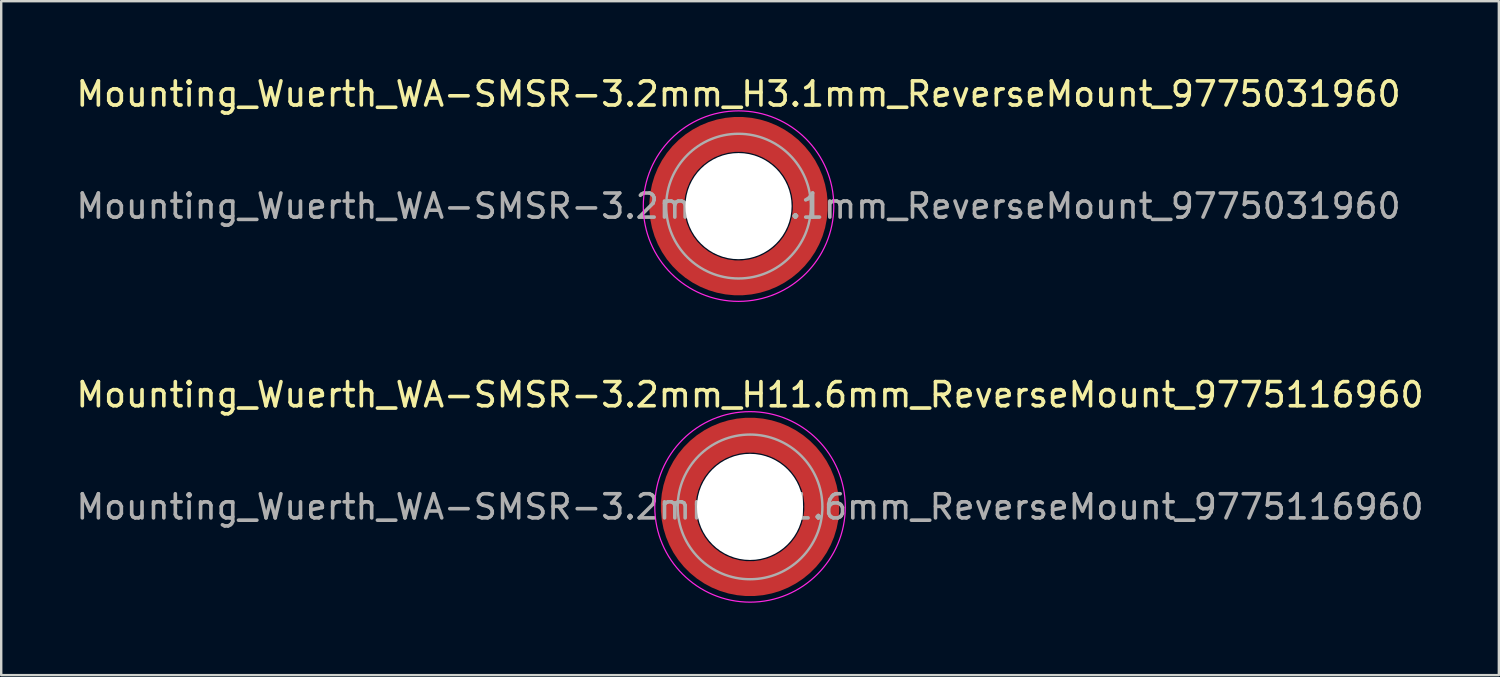
<source format=kicad_pcb>
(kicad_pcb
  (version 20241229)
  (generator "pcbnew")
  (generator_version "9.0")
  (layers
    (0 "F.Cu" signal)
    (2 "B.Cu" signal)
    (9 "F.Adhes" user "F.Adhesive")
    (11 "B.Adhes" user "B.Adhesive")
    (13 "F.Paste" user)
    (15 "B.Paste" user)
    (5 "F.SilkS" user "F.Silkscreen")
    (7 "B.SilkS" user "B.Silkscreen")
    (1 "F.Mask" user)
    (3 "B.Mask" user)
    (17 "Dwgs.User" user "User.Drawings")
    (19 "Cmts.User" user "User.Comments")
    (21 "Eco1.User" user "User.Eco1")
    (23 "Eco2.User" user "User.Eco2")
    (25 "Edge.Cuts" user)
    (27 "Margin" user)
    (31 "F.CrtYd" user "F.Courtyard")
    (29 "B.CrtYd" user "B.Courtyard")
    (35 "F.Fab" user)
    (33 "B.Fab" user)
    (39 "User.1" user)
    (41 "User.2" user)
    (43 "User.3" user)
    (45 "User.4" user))
  (footprint "Mounting_Wuerth_WA-SMSR-3.2mm_H3.1mm_ReverseMount_9775031960"
    (layer "F.Cu")
    (at 27.577 5.498)
    (property "Reference" "Mounting_Wuerth_WA-SMSR-3.2mm_H3.1mm_ReverseMount_9775031960" (at 0 -4.65 0) (layer "F.SilkS") (effects (font (size 1 1) (thickness 0.15))))
    (attr smd)
    (fp_circle (center 0 0) (end 3.95 0) (stroke (width 0.05) (type solid)) (fill no) (layer "F.CrtYd"))
    (fp_circle (center 0 0) (end 3 0) (stroke (width 0.1) (type solid)) (fill no) (layer "F.Fab"))
    (fp_text user "${REFERENCE}" (at 0 0 0) (layer "F.Fab") (effects (font (size 1 1) (thickness 0.15))))
    (pad "" smd custom (at -2.095 -2.095) (size 0.945 0.945) (layers "F.Paste") (options (anchor circle)) (primitives (gr_arc (start -0.24231 1.594804) (mid 0.404104 0.405534) (end 1.592827 -0.241886) (width 0.2)) (gr_arc (start -0.3398 1.594804) (mid 0.335987 0.338711) (end 1.591031 -0.339022) (width 0.2)) (gr_arc (start -0.437132 1.594804) (mid 0.268952 0.270807) (end 1.592231 -0.436623) (width 0.2)) (gr_arc (start -0.534324 1.594804) (mid 0.201345 0.203474) (end 1.591846 -0.53376) (width 0.2)) (gr_arc (start -0.631391 1.594804) (mid 0.134696 0.135183) (end 1.594126 -0.631267) (width 0.2)) (gr_arc (start -0.728345 1.594804) (mid 0.067234 0.067705) (end 1.594149 -0.728229) (width 0.2)) (gr_arc (start -0.825197 1.594804) (mid -0.001218 0.001219) (end 1.591408 -0.824614) (width 0.2)) (gr_arc (start -0.921958 1.594804) (mid -0.068952 -0.065985) (end 1.590665 -0.921269) (width 0.2)) (gr_arc (start -1.018637 1.594804) (mid -0.135972 -0.133907) (end 1.59192 -1.018172) (width 0.2)) (gr_arc (start -1.115239 1.594804) (mid -0.20428 -0.200537) (end 1.589574 -1.11442) (width 0.2)) (gr_arc (start -1.211773 1.594804) (mid -0.26993 -0.269828) (end 1.594662 -1.211751) (width 0.2)) (gr_arc (start -1.308244 1.594804) (mid -0.33911 -0.335587) (end 1.589875 -1.307516) (width 0.2)) (gr_arc (start -1.404657 1.594804) (mid -0.405633 -0.404004) (end 1.592524 -1.404331) (width 0.2)) (gr_arc (start -1.404657 1.594804) (mid -0.405633 -0.404004) (end 1.592524 -1.404331) (width 0.2)) (gr_line (start 1.595 -0.242) (end 1.595 -1.405) (width 0.2)) (gr_line (start -0.242 1.595) (end -1.405 1.595) (width 0.2))))
    (pad "" smd custom (at -2.095 2.095) (size 0.945 0.945) (layers "F.Paste") (options (anchor circle)) (primitives (gr_arc (start 1.594804 0.24231) (mid 0.405534 -0.404104) (end -0.241886 -1.592827) (width 0.2)) (gr_arc (start 1.594804 0.3398) (mid 0.338711 -0.335987) (end -0.339022 -1.591031) (width 0.2)) (gr_arc (start 1.594804 0.437132) (mid 0.270807 -0.268952) (end -0.436623 -1.592231) (width 0.2)) (gr_arc (start 1.594804 0.534324) (mid 0.203474 -0.201345) (end -0.53376 -1.591846) (width 0.2)) (gr_arc (start 1.594804 0.631391) (mid 0.135183 -0.134696) (end -0.631267 -1.594126) (width 0.2)) (gr_arc (start 1.594804 0.728345) (mid 0.067705 -0.067234) (end -0.728229 -1.594149) (width 0.2)) (gr_arc (start 1.594804 0.825197) (mid 0.001219 0.001218) (end -0.824614 -1.591408) (width 0.2)) (gr_arc (start 1.594804 0.921958) (mid -0.065985 0.068952) (end -0.921269 -1.590665) (width 0.2)) (gr_arc (start 1.594804 1.018637) (mid -0.133907 0.135972) (end -1.018172 -1.59192) (width 0.2)) (gr_arc (start 1.594804 1.115239) (mid -0.200537 0.20428) (end -1.11442 -1.589574) (width 0.2)) (gr_arc (start 1.594804 1.211773) (mid -0.269828 0.26993) (end -1.211751 -1.594662) (width 0.2)) (gr_arc (start 1.594804 1.308244) (mid -0.335587 0.33911) (end -1.307516 -1.589875) (width 0.2)) (gr_arc (start 1.594804 1.404657) (mid -0.404004 0.405633) (end -1.404331 -1.592524) (width 0.2)) (gr_arc (start 1.594804 1.404657) (mid -0.404004 0.405633) (end -1.404331 -1.592524) (width 0.2)) (gr_line (start -0.242 -1.595) (end -1.405 -1.595) (width 0.2)) (gr_line (start 1.595 0.242) (end 1.595 1.405) (width 0.2))))
    (pad "" np_thru_hole circle (at 0 0) (size 4.4 4.4) (drill 4.4) (layers "*.Cu" "*.Mask"))
    (pad "" smd custom (at 2.095 -2.095) (size 0.945 0.945) (layers "F.Paste") (options (anchor circle)) (primitives (gr_arc (start -1.594804 -0.24231) (mid -0.405534 0.404104) (end 0.241886 1.592827) (width 0.2)) (gr_arc (start -1.594804 -0.3398) (mid -0.338711 0.335987) (end 0.339022 1.591031) (width 0.2)) (gr_arc (start -1.594804 -0.437132) (mid -0.270807 0.268952) (end 0.436623 1.592231) (width 0.2)) (gr_arc (start -1.594804 -0.534324) (mid -0.203474 0.201345) (end 0.53376 1.591846) (width 0.2)) (gr_arc (start -1.594804 -0.631391) (mid -0.135183 0.134696) (end 0.631267 1.594126) (width 0.2)) (gr_arc (start -1.594804 -0.728345) (mid -0.067705 0.067234) (end 0.728229 1.594149) (width 0.2)) (gr_arc (start -1.594804 -0.825197) (mid -0.001219 -0.001218) (end 0.824614 1.591408) (width 0.2)) (gr_arc (start -1.594804 -0.921958) (mid 0.065985 -0.068952) (end 0.921269 1.590665) (width 0.2)) (gr_arc (start -1.594804 -1.018637) (mid 0.133907 -0.135972) (end 1.018172 1.59192) (width 0.2)) (gr_arc (start -1.594804 -1.115239) (mid 0.200537 -0.20428) (end 1.11442 1.589574) (width 0.2)) (gr_arc (start -1.594804 -1.211773) (mid 0.269828 -0.26993) (end 1.211751 1.594662) (width 0.2)) (gr_arc (start -1.594804 -1.308244) (mid 0.335587 -0.33911) (end 1.307516 1.589875) (width 0.2)) (gr_arc (start -1.594804 -1.404657) (mid 0.404004 -0.405633) (end 1.404331 1.592524) (width 0.2)) (gr_arc (start -1.594804 -1.404657) (mid 0.404004 -0.405633) (end 1.404331 1.592524) (width 0.2)) (gr_line (start 0.242 1.595) (end 1.405 1.595) (width 0.2)) (gr_line (start -1.595 -0.242) (end -1.595 -1.405) (width 0.2))))
    (pad "" smd custom (at 2.095 2.095) (size 0.945 0.945) (layers "F.Paste") (options (anchor circle)) (primitives (gr_arc (start 0.24231 -1.594804) (mid -0.404104 -0.405534) (end -1.592827 0.241886) (width 0.2)) (gr_arc (start 0.3398 -1.594804) (mid -0.335987 -0.338711) (end -1.591031 0.339022) (width 0.2)) (gr_arc (start 0.437132 -1.594804) (mid -0.268952 -0.270807) (end -1.592231 0.436623) (width 0.2)) (gr_arc (start 0.534324 -1.594804) (mid -0.201345 -0.203474) (end -1.591846 0.53376) (width 0.2)) (gr_arc (start 0.631391 -1.594804) (mid -0.134696 -0.135183) (end -1.594126 0.631267) (width 0.2)) (gr_arc (start 0.728345 -1.594804) (mid -0.067234 -0.067705) (end -1.594149 0.728229) (width 0.2)) (gr_arc (start 0.825197 -1.594804) (mid 0.001218 -0.001219) (end -1.591408 0.824614) (width 0.2)) (gr_arc (start 0.921958 -1.594804) (mid 0.068952 0.065985) (end -1.590665 0.921269) (width 0.2)) (gr_arc (start 1.018637 -1.594804) (mid 0.135972 0.133907) (end -1.59192 1.018172) (width 0.2)) (gr_arc (start 1.115239 -1.594804) (mid 0.20428 0.200537) (end -1.589574 1.11442) (width 0.2)) (gr_arc (start 1.211773 -1.594804) (mid 0.26993 0.269828) (end -1.594662 1.211751) (width 0.2)) (gr_arc (start 1.308244 -1.594804) (mid 0.33911 0.335587) (end -1.589875 1.307516) (width 0.2)) (gr_arc (start 1.404657 -1.594804) (mid 0.405633 0.404004) (end -1.592524 1.404331) (width 0.2)) (gr_arc (start 1.404657 -1.594804) (mid 0.405633 0.404004) (end -1.592524 1.404331) (width 0.2)) (gr_line (start -1.595 0.242) (end -1.595 1.405) (width 0.2)) (gr_line (start 0.242 -1.595) (end 1.405 -1.595) (width 0.2))))
    (pad "1" smd circle (at -2.975 0) (size 1.05 1.05) (layers "F.Cu"))
    (pad "1" smd circle (at 0 -2.975) (size 1.05 1.05) (layers "F.Cu"))
    (pad "1" smd circle (at 0 2.975) (size 1.05 1.05) (layers "F.Cu"))
    (pad "1" smd custom (at 2.975 0) (size 1.05 1.05) (layers "F.Cu" "F.Mask") (options (anchor circle)) (primitives (gr_circle (center -2.975 0) (end 0 0) (width 1.45) (fill no)))))
  (footprint "Mounting_Wuerth_WA-SMSR-3.2mm_H11.6mm_ReverseMount_9775116960"
    (layer "F.Cu")
    (at 28.054 17.971)
    (property "Reference" "Mounting_Wuerth_WA-SMSR-3.2mm_H11.6mm_ReverseMount_9775116960" (at 0 -4.65 0) (layer "F.SilkS") (effects (font (size 1 1) (thickness 0.15))))
    (attr smd)
    (fp_circle (center 0 0) (end 3.95 0) (stroke (width 0.05) (type solid)) (fill no) (layer "F.CrtYd"))
    (fp_circle (center 0 0) (end 3 0) (stroke (width 0.1) (type solid)) (fill no) (layer "F.Fab"))
    (fp_text user "${REFERENCE}" (at 0 0 0) (layer "F.Fab") (effects (font (size 1 1) (thickness 0.15))))
    (pad "" smd custom (at -2.095 -2.095) (size 0.945 0.945) (layers "F.Paste") (options (anchor circle)) (primitives (gr_arc (start -0.24231 1.594804) (mid 0.404104 0.405534) (end 1.592827 -0.241886) (width 0.2)) (gr_arc (start -0.3398 1.594804) (mid 0.335987 0.338711) (end 1.591031 -0.339022) (width 0.2)) (gr_arc (start -0.437132 1.594804) (mid 0.268952 0.270807) (end 1.592231 -0.436623) (width 0.2)) (gr_arc (start -0.534324 1.594804) (mid 0.201345 0.203474) (end 1.591846 -0.53376) (width 0.2)) (gr_arc (start -0.631391 1.594804) (mid 0.134696 0.135183) (end 1.594126 -0.631267) (width 0.2)) (gr_arc (start -0.728345 1.594804) (mid 0.067234 0.067705) (end 1.594149 -0.728229) (width 0.2)) (gr_arc (start -0.825197 1.594804) (mid -0.001218 0.001219) (end 1.591408 -0.824614) (width 0.2)) (gr_arc (start -0.921958 1.594804) (mid -0.068952 -0.065985) (end 1.590665 -0.921269) (width 0.2)) (gr_arc (start -1.018637 1.594804) (mid -0.135972 -0.133907) (end 1.59192 -1.018172) (width 0.2)) (gr_arc (start -1.115239 1.594804) (mid -0.20428 -0.200537) (end 1.589574 -1.11442) (width 0.2)) (gr_arc (start -1.211773 1.594804) (mid -0.26993 -0.269828) (end 1.594662 -1.211751) (width 0.2)) (gr_arc (start -1.308244 1.594804) (mid -0.33911 -0.335587) (end 1.589875 -1.307516) (width 0.2)) (gr_arc (start -1.404657 1.594804) (mid -0.405633 -0.404004) (end 1.592524 -1.404331) (width 0.2)) (gr_arc (start -1.404657 1.594804) (mid -0.405633 -0.404004) (end 1.592524 -1.404331) (width 0.2)) (gr_line (start 1.595 -0.242) (end 1.595 -1.405) (width 0.2)) (gr_line (start -0.242 1.595) (end -1.405 1.595) (width 0.2))))
    (pad "" smd custom (at -2.095 2.095) (size 0.945 0.945) (layers "F.Paste") (options (anchor circle)) (primitives (gr_arc (start 1.594804 0.24231) (mid 0.405534 -0.404104) (end -0.241886 -1.592827) (width 0.2)) (gr_arc (start 1.594804 0.3398) (mid 0.338711 -0.335987) (end -0.339022 -1.591031) (width 0.2)) (gr_arc (start 1.594804 0.437132) (mid 0.270807 -0.268952) (end -0.436623 -1.592231) (width 0.2)) (gr_arc (start 1.594804 0.534324) (mid 0.203474 -0.201345) (end -0.53376 -1.591846) (width 0.2)) (gr_arc (start 1.594804 0.631391) (mid 0.135183 -0.134696) (end -0.631267 -1.594126) (width 0.2)) (gr_arc (start 1.594804 0.728345) (mid 0.067705 -0.067234) (end -0.728229 -1.594149) (width 0.2)) (gr_arc (start 1.594804 0.825197) (mid 0.001219 0.001218) (end -0.824614 -1.591408) (width 0.2)) (gr_arc (start 1.594804 0.921958) (mid -0.065985 0.068952) (end -0.921269 -1.590665) (width 0.2)) (gr_arc (start 1.594804 1.018637) (mid -0.133907 0.135972) (end -1.018172 -1.59192) (width 0.2)) (gr_arc (start 1.594804 1.115239) (mid -0.200537 0.20428) (end -1.11442 -1.589574) (width 0.2)) (gr_arc (start 1.594804 1.211773) (mid -0.269828 0.26993) (end -1.211751 -1.594662) (width 0.2)) (gr_arc (start 1.594804 1.308244) (mid -0.335587 0.33911) (end -1.307516 -1.589875) (width 0.2)) (gr_arc (start 1.594804 1.404657) (mid -0.404004 0.405633) (end -1.404331 -1.592524) (width 0.2)) (gr_arc (start 1.594804 1.404657) (mid -0.404004 0.405633) (end -1.404331 -1.592524) (width 0.2)) (gr_line (start -0.242 -1.595) (end -1.405 -1.595) (width 0.2)) (gr_line (start 1.595 0.242) (end 1.595 1.405) (width 0.2))))
    (pad "" np_thru_hole circle (at 0 0) (size 4.4 4.4) (drill 4.4) (layers "*.Cu" "*.Mask"))
    (pad "" smd custom (at 2.095 -2.095) (size 0.945 0.945) (layers "F.Paste") (options (anchor circle)) (primitives (gr_arc (start -1.594804 -0.24231) (mid -0.405534 0.404104) (end 0.241886 1.592827) (width 0.2)) (gr_arc (start -1.594804 -0.3398) (mid -0.338711 0.335987) (end 0.339022 1.591031) (width 0.2)) (gr_arc (start -1.594804 -0.437132) (mid -0.270807 0.268952) (end 0.436623 1.592231) (width 0.2)) (gr_arc (start -1.594804 -0.534324) (mid -0.203474 0.201345) (end 0.53376 1.591846) (width 0.2)) (gr_arc (start -1.594804 -0.631391) (mid -0.135183 0.134696) (end 0.631267 1.594126) (width 0.2)) (gr_arc (start -1.594804 -0.728345) (mid -0.067705 0.067234) (end 0.728229 1.594149) (width 0.2)) (gr_arc (start -1.594804 -0.825197) (mid -0.001219 -0.001218) (end 0.824614 1.591408) (width 0.2)) (gr_arc (start -1.594804 -0.921958) (mid 0.065985 -0.068952) (end 0.921269 1.590665) (width 0.2)) (gr_arc (start -1.594804 -1.018637) (mid 0.133907 -0.135972) (end 1.018172 1.59192) (width 0.2)) (gr_arc (start -1.594804 -1.115239) (mid 0.200537 -0.20428) (end 1.11442 1.589574) (width 0.2)) (gr_arc (start -1.594804 -1.211773) (mid 0.269828 -0.26993) (end 1.211751 1.594662) (width 0.2)) (gr_arc (start -1.594804 -1.308244) (mid 0.335587 -0.33911) (end 1.307516 1.589875) (width 0.2)) (gr_arc (start -1.594804 -1.404657) (mid 0.404004 -0.405633) (end 1.404331 1.592524) (width 0.2)) (gr_arc (start -1.594804 -1.404657) (mid 0.404004 -0.405633) (end 1.404331 1.592524) (width 0.2)) (gr_line (start 0.242 1.595) (end 1.405 1.595) (width 0.2)) (gr_line (start -1.595 -0.242) (end -1.595 -1.405) (width 0.2))))
    (pad "" smd custom (at 2.095 2.095) (size 0.945 0.945) (layers "F.Paste") (options (anchor circle)) (primitives (gr_arc (start 0.24231 -1.594804) (mid -0.404104 -0.405534) (end -1.592827 0.241886) (width 0.2)) (gr_arc (start 0.3398 -1.594804) (mid -0.335987 -0.338711) (end -1.591031 0.339022) (width 0.2)) (gr_arc (start 0.437132 -1.594804) (mid -0.268952 -0.270807) (end -1.592231 0.436623) (width 0.2)) (gr_arc (start 0.534324 -1.594804) (mid -0.201345 -0.203474) (end -1.591846 0.53376) (width 0.2)) (gr_arc (start 0.631391 -1.594804) (mid -0.134696 -0.135183) (end -1.594126 0.631267) (width 0.2)) (gr_arc (start 0.728345 -1.594804) (mid -0.067234 -0.067705) (end -1.594149 0.728229) (width 0.2)) (gr_arc (start 0.825197 -1.594804) (mid 0.001218 -0.001219) (end -1.591408 0.824614) (width 0.2)) (gr_arc (start 0.921958 -1.594804) (mid 0.068952 0.065985) (end -1.590665 0.921269) (width 0.2)) (gr_arc (start 1.018637 -1.594804) (mid 0.135972 0.133907) (end -1.59192 1.018172) (width 0.2)) (gr_arc (start 1.115239 -1.594804) (mid 0.20428 0.200537) (end -1.589574 1.11442) (width 0.2)) (gr_arc (start 1.211773 -1.594804) (mid 0.26993 0.269828) (end -1.594662 1.211751) (width 0.2)) (gr_arc (start 1.308244 -1.594804) (mid 0.33911 0.335587) (end -1.589875 1.307516) (width 0.2)) (gr_arc (start 1.404657 -1.594804) (mid 0.405633 0.404004) (end -1.592524 1.404331) (width 0.2)) (gr_arc (start 1.404657 -1.594804) (mid 0.405633 0.404004) (end -1.592524 1.404331) (width 0.2)) (gr_line (start -1.595 0.242) (end -1.595 1.405) (width 0.2)) (gr_line (start 0.242 -1.595) (end 1.405 -1.595) (width 0.2))))
    (pad "1" smd circle (at -2.975 0) (size 1.05 1.05) (layers "F.Cu"))
    (pad "1" smd circle (at 0 -2.975) (size 1.05 1.05) (layers "F.Cu"))
    (pad "1" smd circle (at 0 2.975) (size 1.05 1.05) (layers "F.Cu"))
    (pad "1" smd custom (at 2.975 0) (size 1.05 1.05) (layers "F.Cu" "F.Mask") (options (anchor circle)) (primitives (gr_circle (center -2.975 0) (end 0 0) (width 1.45) (fill no)))))
  (gr_rect
    (start -3 -3)
    (end 59.107 24.947)
    (stroke (width 0.1) (type default))
    (fill no)
    (layer "Edge.Cuts")))
</source>
